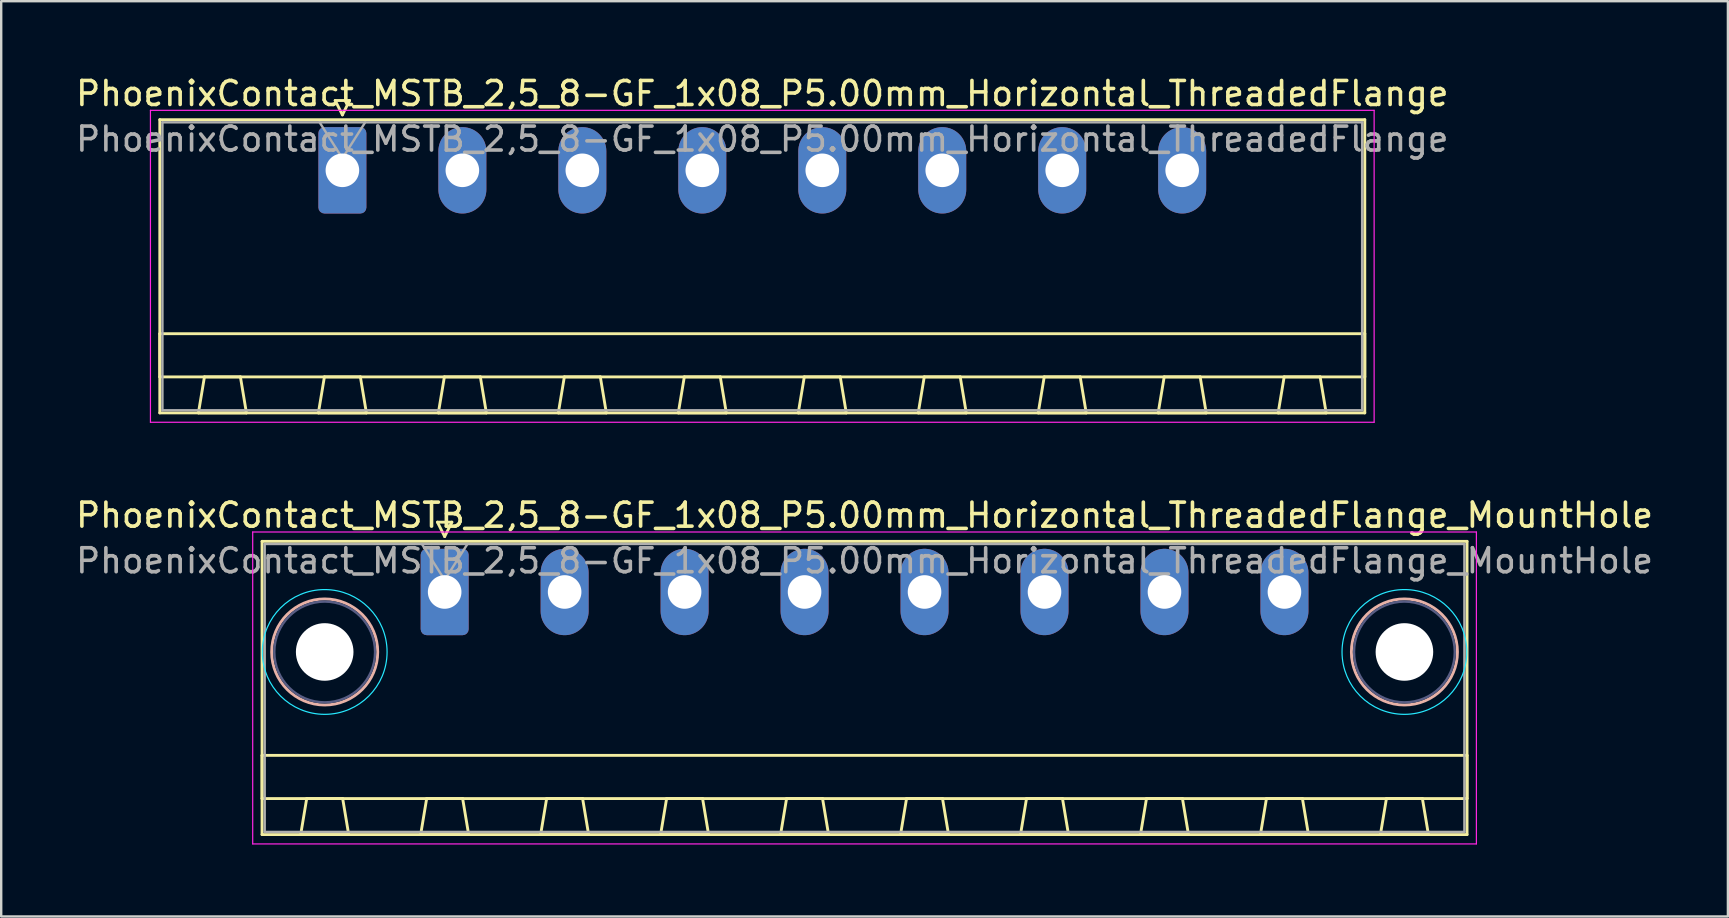
<source format=kicad_pcb>
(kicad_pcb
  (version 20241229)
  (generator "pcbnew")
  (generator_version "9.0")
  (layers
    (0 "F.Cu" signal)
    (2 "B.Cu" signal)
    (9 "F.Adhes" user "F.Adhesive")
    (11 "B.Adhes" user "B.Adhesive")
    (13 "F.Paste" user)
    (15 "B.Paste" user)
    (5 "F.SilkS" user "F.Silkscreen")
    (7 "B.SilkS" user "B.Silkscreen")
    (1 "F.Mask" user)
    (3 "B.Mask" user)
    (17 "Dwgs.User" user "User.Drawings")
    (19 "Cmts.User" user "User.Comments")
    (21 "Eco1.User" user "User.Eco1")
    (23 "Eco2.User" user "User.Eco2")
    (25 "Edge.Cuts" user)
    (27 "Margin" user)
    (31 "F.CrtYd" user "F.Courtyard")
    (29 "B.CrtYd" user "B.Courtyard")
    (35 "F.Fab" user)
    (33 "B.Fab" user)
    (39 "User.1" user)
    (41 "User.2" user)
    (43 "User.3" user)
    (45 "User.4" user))
  (footprint "PhoenixContact_MSTB_2,5_8-GF_1x08_P5.00mm_Horizontal_ThreadedFlange_MountHole"
    (layer "F.Cu")
    (at 15.482 21.622)
    (property "Reference" "PhoenixContact_MSTB_2,5_8-GF_1x08_P5.00mm_Horizontal_ThreadedFlange_MountHole" (at 17.5 -3.2 0) (layer "F.SilkS") (effects (font (size 1 1) (thickness 0.15))))
    (attr through_hole)
    (fp_line (start -7.61 -2.11) (end -7.61 10.11) (stroke (width 0.12) (type solid)) (layer "F.SilkS"))
    (fp_line (start -7.61 6.81) (end 42.61 6.81) (stroke (width 0.12) (type solid)) (layer "F.SilkS"))
    (fp_line (start -7.61 8.61) (end -7.61 6.81) (stroke (width 0.12) (type solid)) (layer "F.SilkS"))
    (fp_line (start -7.61 10.11) (end 42.61 10.11) (stroke (width 0.12) (type solid)) (layer "F.SilkS"))
    (fp_line (start -6 10.11) (end -4 10.11) (stroke (width 0.12) (type solid)) (layer "F.SilkS"))
    (fp_line (start -5.75 8.61) (end -6 10.11) (stroke (width 0.12) (type solid)) (layer "F.SilkS"))
    (fp_line (start -4.25 8.61) (end -5.75 8.61) (stroke (width 0.12) (type solid)) (layer "F.SilkS"))
    (fp_line (start -4 10.11) (end -4.25 8.61) (stroke (width 0.12) (type solid)) (layer "F.SilkS"))
    (fp_line (start -1 10.11) (end 1 10.11) (stroke (width 0.12) (type solid)) (layer "F.SilkS"))
    (fp_line (start -0.75 8.61) (end -1 10.11) (stroke (width 0.12) (type solid)) (layer "F.SilkS"))
    (fp_line (start -0.3 -2.91) (end 0.3 -2.91) (stroke (width 0.12) (type solid)) (layer "F.SilkS"))
    (fp_line (start 0 -2.31) (end -0.3 -2.91) (stroke (width 0.12) (type solid)) (layer "F.SilkS"))
    (fp_line (start 0.3 -2.91) (end 0 -2.31) (stroke (width 0.12) (type solid)) (layer "F.SilkS"))
    (fp_line (start 0.75 8.61) (end -0.75 8.61) (stroke (width 0.12) (type solid)) (layer "F.SilkS"))
    (fp_line (start 1 10.11) (end 0.75 8.61) (stroke (width 0.12) (type solid)) (layer "F.SilkS"))
    (fp_line (start 4 10.11) (end 6 10.11) (stroke (width 0.12) (type solid)) (layer "F.SilkS"))
    (fp_line (start 4.25 8.61) (end 4 10.11) (stroke (width 0.12) (type solid)) (layer "F.SilkS"))
    (fp_line (start 5.75 8.61) (end 4.25 8.61) (stroke (width 0.12) (type solid)) (layer "F.SilkS"))
    (fp_line (start 6 10.11) (end 5.75 8.61) (stroke (width 0.12) (type solid)) (layer "F.SilkS"))
    (fp_line (start 9 10.11) (end 11 10.11) (stroke (width 0.12) (type solid)) (layer "F.SilkS"))
    (fp_line (start 9.25 8.61) (end 9 10.11) (stroke (width 0.12) (type solid)) (layer "F.SilkS"))
    (fp_line (start 10.75 8.61) (end 9.25 8.61) (stroke (width 0.12) (type solid)) (layer "F.SilkS"))
    (fp_line (start 11 10.11) (end 10.75 8.61) (stroke (width 0.12) (type solid)) (layer "F.SilkS"))
    (fp_line (start 14 10.11) (end 16 10.11) (stroke (width 0.12) (type solid)) (layer "F.SilkS"))
    (fp_line (start 14.25 8.61) (end 14 10.11) (stroke (width 0.12) (type solid)) (layer "F.SilkS"))
    (fp_line (start 15.75 8.61) (end 14.25 8.61) (stroke (width 0.12) (type solid)) (layer "F.SilkS"))
    (fp_line (start 16 10.11) (end 15.75 8.61) (stroke (width 0.12) (type solid)) (layer "F.SilkS"))
    (fp_line (start 19 10.11) (end 21 10.11) (stroke (width 0.12) (type solid)) (layer "F.SilkS"))
    (fp_line (start 19.25 8.61) (end 19 10.11) (stroke (width 0.12) (type solid)) (layer "F.SilkS"))
    (fp_line (start 20.75 8.61) (end 19.25 8.61) (stroke (width 0.12) (type solid)) (layer "F.SilkS"))
    (fp_line (start 21 10.11) (end 20.75 8.61) (stroke (width 0.12) (type solid)) (layer "F.SilkS"))
    (fp_line (start 24 10.11) (end 26 10.11) (stroke (width 0.12) (type solid)) (layer "F.SilkS"))
    (fp_line (start 24.25 8.61) (end 24 10.11) (stroke (width 0.12) (type solid)) (layer "F.SilkS"))
    (fp_line (start 25.75 8.61) (end 24.25 8.61) (stroke (width 0.12) (type solid)) (layer "F.SilkS"))
    (fp_line (start 26 10.11) (end 25.75 8.61) (stroke (width 0.12) (type solid)) (layer "F.SilkS"))
    (fp_line (start 29 10.11) (end 31 10.11) (stroke (width 0.12) (type solid)) (layer "F.SilkS"))
    (fp_line (start 29.25 8.61) (end 29 10.11) (stroke (width 0.12) (type solid)) (layer "F.SilkS"))
    (fp_line (start 30.75 8.61) (end 29.25 8.61) (stroke (width 0.12) (type solid)) (layer "F.SilkS"))
    (fp_line (start 31 10.11) (end 30.75 8.61) (stroke (width 0.12) (type solid)) (layer "F.SilkS"))
    (fp_line (start 34 10.11) (end 36 10.11) (stroke (width 0.12) (type solid)) (layer "F.SilkS"))
    (fp_line (start 34.25 8.61) (end 34 10.11) (stroke (width 0.12) (type solid)) (layer "F.SilkS"))
    (fp_line (start 35.75 8.61) (end 34.25 8.61) (stroke (width 0.12) (type solid)) (layer "F.SilkS"))
    (fp_line (start 36 10.11) (end 35.75 8.61) (stroke (width 0.12) (type solid)) (layer "F.SilkS"))
    (fp_line (start 39 10.11) (end 41 10.11) (stroke (width 0.12) (type solid)) (layer "F.SilkS"))
    (fp_line (start 39.25 8.61) (end 39 10.11) (stroke (width 0.12) (type solid)) (layer "F.SilkS"))
    (fp_line (start 40.75 8.61) (end 39.25 8.61) (stroke (width 0.12) (type solid)) (layer "F.SilkS"))
    (fp_line (start 41 10.11) (end 40.75 8.61) (stroke (width 0.12) (type solid)) (layer "F.SilkS"))
    (fp_line (start 42.61 -2.11) (end -7.61 -2.11) (stroke (width 0.12) (type solid)) (layer "F.SilkS"))
    (fp_line (start 42.61 6.81) (end 42.61 8.61) (stroke (width 0.12) (type solid)) (layer "F.SilkS"))
    (fp_line (start 42.61 8.61) (end -7.61 8.61) (stroke (width 0.12) (type solid)) (layer "F.SilkS"))
    (fp_line (start 42.61 10.11) (end 42.61 -2.11) (stroke (width 0.12) (type solid)) (layer "F.SilkS"))
    (fp_circle (center -5 2.5) (end -2.79 2.5) (stroke (width 0.12) (type solid)) (fill no) (layer "B.SilkS"))
    (fp_circle (center 40 2.5) (end 42.21 2.5) (stroke (width 0.12) (type solid)) (fill no) (layer "B.SilkS"))
    (fp_circle (center -5 2.5) (end -2.4 2.5) (stroke (width 0.05) (type solid)) (fill no) (layer "B.CrtYd"))
    (fp_circle (center 40 2.5) (end 42.6 2.5) (stroke (width 0.05) (type solid)) (fill no) (layer "B.CrtYd"))
    (fp_line (start -8 -2.5) (end -8 10.5) (stroke (width 0.05) (type solid)) (layer "F.CrtYd"))
    (fp_line (start -8 10.5) (end 43 10.5) (stroke (width 0.05) (type solid)) (layer "F.CrtYd"))
    (fp_line (start 43 -2.5) (end -8 -2.5) (stroke (width 0.05) (type solid)) (layer "F.CrtYd"))
    (fp_line (start 43 10.5) (end 43 -2.5) (stroke (width 0.05) (type solid)) (layer "F.CrtYd"))
    (fp_circle (center -5 2.5) (end -2.9 2.5) (stroke (width 0.1) (type solid)) (fill no) (layer "B.Fab"))
    (fp_circle (center 40 2.5) (end 42.1 2.5) (stroke (width 0.1) (type solid)) (fill no) (layer "B.Fab"))
    (fp_line (start -7.5 -2) (end -7.5 10) (stroke (width 0.1) (type solid)) (layer "F.Fab"))
    (fp_line (start -7.5 10) (end 42.5 10) (stroke (width 0.1) (type solid)) (layer "F.Fab"))
    (fp_line (start 0 -0.5) (end -0.95 -2) (stroke (width 0.1) (type solid)) (layer "F.Fab"))
    (fp_line (start 0.95 -2) (end 0 -0.5) (stroke (width 0.1) (type solid)) (layer "F.Fab"))
    (fp_line (start 42.5 -2) (end -7.5 -2) (stroke (width 0.1) (type solid)) (layer "F.Fab"))
    (fp_line (start 42.5 10) (end 42.5 -2) (stroke (width 0.1) (type solid)) (layer "F.Fab"))
    (fp_text user "${REFERENCE}" (at 17.5 -1.3 0) (layer "F.Fab") (effects (font (size 1 1) (thickness 0.15))))
    (pad "" np_thru_hole circle (at -5 2.5) (size 2.4 2.4) (drill 2.4) (layers "*.Cu" "*.Mask"))
    (pad "" np_thru_hole circle (at 40 2.5) (size 2.4 2.4) (drill 2.4) (layers "*.Cu" "*.Mask"))
    (pad "1" thru_hole roundrect (at 0 0) (size 2 3.6) (drill 1.4) (layers "*.Cu" "*.Mask") (roundrect_rratio 0.125))
    (pad "2" thru_hole oval (at 5 0) (size 2 3.6) (drill 1.4) (layers "*.Cu" "*.Mask"))
    (pad "3" thru_hole oval (at 10 0) (size 2 3.6) (drill 1.4) (layers "*.Cu" "*.Mask"))
    (pad "4" thru_hole oval (at 15 0) (size 2 3.6) (drill 1.4) (layers "*.Cu" "*.Mask"))
    (pad "5" thru_hole oval (at 20 0) (size 2 3.6) (drill 1.4) (layers "*.Cu" "*.Mask"))
    (pad "6" thru_hole oval (at 25 0) (size 2 3.6) (drill 1.4) (layers "*.Cu" "*.Mask"))
    (pad "7" thru_hole oval (at 30 0) (size 2 3.6) (drill 1.4) (layers "*.Cu" "*.Mask"))
    (pad "8" thru_hole oval (at 35 0) (size 2 3.6) (drill 1.4) (layers "*.Cu" "*.Mask")))
  (footprint "PhoenixContact_MSTB_2,5_8-GF_1x08_P5.00mm_Horizontal_ThreadedFlange"
    (layer "F.Cu")
    (at 11.22 4.048)
    (property "Reference" "PhoenixContact_MSTB_2,5_8-GF_1x08_P5.00mm_Horizontal_ThreadedFlange" (at 17.5 -3.2 0) (layer "F.SilkS") (effects (font (size 1 1) (thickness 0.15))))
    (attr through_hole)
    (fp_line (start -7.61 -2.11) (end -7.61 10.11) (stroke (width 0.12) (type solid)) (layer "F.SilkS"))
    (fp_line (start -7.61 6.81) (end 42.61 6.81) (stroke (width 0.12) (type solid)) (layer "F.SilkS"))
    (fp_line (start -7.61 8.61) (end -7.61 6.81) (stroke (width 0.12) (type solid)) (layer "F.SilkS"))
    (fp_line (start -7.61 10.11) (end 42.61 10.11) (stroke (width 0.12) (type solid)) (layer "F.SilkS"))
    (fp_line (start -6 10.11) (end -4 10.11) (stroke (width 0.12) (type solid)) (layer "F.SilkS"))
    (fp_line (start -5.75 8.61) (end -6 10.11) (stroke (width 0.12) (type solid)) (layer "F.SilkS"))
    (fp_line (start -4.25 8.61) (end -5.75 8.61) (stroke (width 0.12) (type solid)) (layer "F.SilkS"))
    (fp_line (start -4 10.11) (end -4.25 8.61) (stroke (width 0.12) (type solid)) (layer "F.SilkS"))
    (fp_line (start -1 10.11) (end 1 10.11) (stroke (width 0.12) (type solid)) (layer "F.SilkS"))
    (fp_line (start -0.75 8.61) (end -1 10.11) (stroke (width 0.12) (type solid)) (layer "F.SilkS"))
    (fp_line (start -0.3 -2.91) (end 0.3 -2.91) (stroke (width 0.12) (type solid)) (layer "F.SilkS"))
    (fp_line (start 0 -2.31) (end -0.3 -2.91) (stroke (width 0.12) (type solid)) (layer "F.SilkS"))
    (fp_line (start 0.3 -2.91) (end 0 -2.31) (stroke (width 0.12) (type solid)) (layer "F.SilkS"))
    (fp_line (start 0.75 8.61) (end -0.75 8.61) (stroke (width 0.12) (type solid)) (layer "F.SilkS"))
    (fp_line (start 1 10.11) (end 0.75 8.61) (stroke (width 0.12) (type solid)) (layer "F.SilkS"))
    (fp_line (start 4 10.11) (end 6 10.11) (stroke (width 0.12) (type solid)) (layer "F.SilkS"))
    (fp_line (start 4.25 8.61) (end 4 10.11) (stroke (width 0.12) (type solid)) (layer "F.SilkS"))
    (fp_line (start 5.75 8.61) (end 4.25 8.61) (stroke (width 0.12) (type solid)) (layer "F.SilkS"))
    (fp_line (start 6 10.11) (end 5.75 8.61) (stroke (width 0.12) (type solid)) (layer "F.SilkS"))
    (fp_line (start 9 10.11) (end 11 10.11) (stroke (width 0.12) (type solid)) (layer "F.SilkS"))
    (fp_line (start 9.25 8.61) (end 9 10.11) (stroke (width 0.12) (type solid)) (layer "F.SilkS"))
    (fp_line (start 10.75 8.61) (end 9.25 8.61) (stroke (width 0.12) (type solid)) (layer "F.SilkS"))
    (fp_line (start 11 10.11) (end 10.75 8.61) (stroke (width 0.12) (type solid)) (layer "F.SilkS"))
    (fp_line (start 14 10.11) (end 16 10.11) (stroke (width 0.12) (type solid)) (layer "F.SilkS"))
    (fp_line (start 14.25 8.61) (end 14 10.11) (stroke (width 0.12) (type solid)) (layer "F.SilkS"))
    (fp_line (start 15.75 8.61) (end 14.25 8.61) (stroke (width 0.12) (type solid)) (layer "F.SilkS"))
    (fp_line (start 16 10.11) (end 15.75 8.61) (stroke (width 0.12) (type solid)) (layer "F.SilkS"))
    (fp_line (start 19 10.11) (end 21 10.11) (stroke (width 0.12) (type solid)) (layer "F.SilkS"))
    (fp_line (start 19.25 8.61) (end 19 10.11) (stroke (width 0.12) (type solid)) (layer "F.SilkS"))
    (fp_line (start 20.75 8.61) (end 19.25 8.61) (stroke (width 0.12) (type solid)) (layer "F.SilkS"))
    (fp_line (start 21 10.11) (end 20.75 8.61) (stroke (width 0.12) (type solid)) (layer "F.SilkS"))
    (fp_line (start 24 10.11) (end 26 10.11) (stroke (width 0.12) (type solid)) (layer "F.SilkS"))
    (fp_line (start 24.25 8.61) (end 24 10.11) (stroke (width 0.12) (type solid)) (layer "F.SilkS"))
    (fp_line (start 25.75 8.61) (end 24.25 8.61) (stroke (width 0.12) (type solid)) (layer "F.SilkS"))
    (fp_line (start 26 10.11) (end 25.75 8.61) (stroke (width 0.12) (type solid)) (layer "F.SilkS"))
    (fp_line (start 29 10.11) (end 31 10.11) (stroke (width 0.12) (type solid)) (layer "F.SilkS"))
    (fp_line (start 29.25 8.61) (end 29 10.11) (stroke (width 0.12) (type solid)) (layer "F.SilkS"))
    (fp_line (start 30.75 8.61) (end 29.25 8.61) (stroke (width 0.12) (type solid)) (layer "F.SilkS"))
    (fp_line (start 31 10.11) (end 30.75 8.61) (stroke (width 0.12) (type solid)) (layer "F.SilkS"))
    (fp_line (start 34 10.11) (end 36 10.11) (stroke (width 0.12) (type solid)) (layer "F.SilkS"))
    (fp_line (start 34.25 8.61) (end 34 10.11) (stroke (width 0.12) (type solid)) (layer "F.SilkS"))
    (fp_line (start 35.75 8.61) (end 34.25 8.61) (stroke (width 0.12) (type solid)) (layer "F.SilkS"))
    (fp_line (start 36 10.11) (end 35.75 8.61) (stroke (width 0.12) (type solid)) (layer "F.SilkS"))
    (fp_line (start 39 10.11) (end 41 10.11) (stroke (width 0.12) (type solid)) (layer "F.SilkS"))
    (fp_line (start 39.25 8.61) (end 39 10.11) (stroke (width 0.12) (type solid)) (layer "F.SilkS"))
    (fp_line (start 40.75 8.61) (end 39.25 8.61) (stroke (width 0.12) (type solid)) (layer "F.SilkS"))
    (fp_line (start 41 10.11) (end 40.75 8.61) (stroke (width 0.12) (type solid)) (layer "F.SilkS"))
    (fp_line (start 42.61 -2.11) (end -7.61 -2.11) (stroke (width 0.12) (type solid)) (layer "F.SilkS"))
    (fp_line (start 42.61 6.81) (end 42.61 8.61) (stroke (width 0.12) (type solid)) (layer "F.SilkS"))
    (fp_line (start 42.61 8.61) (end -7.61 8.61) (stroke (width 0.12) (type solid)) (layer "F.SilkS"))
    (fp_line (start 42.61 10.11) (end 42.61 -2.11) (stroke (width 0.12) (type solid)) (layer "F.SilkS"))
    (fp_line (start -8 -2.5) (end -8 10.5) (stroke (width 0.05) (type solid)) (layer "F.CrtYd"))
    (fp_line (start -8 10.5) (end 43 10.5) (stroke (width 0.05) (type solid)) (layer "F.CrtYd"))
    (fp_line (start 43 -2.5) (end -8 -2.5) (stroke (width 0.05) (type solid)) (layer "F.CrtYd"))
    (fp_line (start 43 10.5) (end 43 -2.5) (stroke (width 0.05) (type solid)) (layer "F.CrtYd"))
    (fp_line (start -7.5 -2) (end -7.5 10) (stroke (width 0.1) (type solid)) (layer "F.Fab"))
    (fp_line (start -7.5 10) (end 42.5 10) (stroke (width 0.1) (type solid)) (layer "F.Fab"))
    (fp_line (start 0 -0.5) (end -0.95 -2) (stroke (width 0.1) (type solid)) (layer "F.Fab"))
    (fp_line (start 0.95 -2) (end 0 -0.5) (stroke (width 0.1) (type solid)) (layer "F.Fab"))
    (fp_line (start 42.5 -2) (end -7.5 -2) (stroke (width 0.1) (type solid)) (layer "F.Fab"))
    (fp_line (start 42.5 10) (end 42.5 -2) (stroke (width 0.1) (type solid)) (layer "F.Fab"))
    (fp_text user "${REFERENCE}" (at 17.5 -1.3 0) (layer "F.Fab") (effects (font (size 1 1) (thickness 0.15))))
    (pad "1" thru_hole roundrect (at 0 0) (size 2 3.6) (drill 1.4) (layers "*.Cu" "*.Mask") (roundrect_rratio 0.125))
    (pad "2" thru_hole oval (at 5 0) (size 2 3.6) (drill 1.4) (layers "*.Cu" "*.Mask"))
    (pad "3" thru_hole oval (at 10 0) (size 2 3.6) (drill 1.4) (layers "*.Cu" "*.Mask"))
    (pad "4" thru_hole oval (at 15 0) (size 2 3.6) (drill 1.4) (layers "*.Cu" "*.Mask"))
    (pad "5" thru_hole oval (at 20 0) (size 2 3.6) (drill 1.4) (layers "*.Cu" "*.Mask"))
    (pad "6" thru_hole oval (at 25 0) (size 2 3.6) (drill 1.4) (layers "*.Cu" "*.Mask"))
    (pad "7" thru_hole oval (at 30 0) (size 2 3.6) (drill 1.4) (layers "*.Cu" "*.Mask"))
    (pad "8" thru_hole oval (at 35 0) (size 2 3.6) (drill 1.4) (layers "*.Cu" "*.Mask")))
  (gr_rect
    (start -3 -3)
    (end 68.964 35.147)
    (stroke (width 0.1) (type default))
    (fill no)
    (layer "Edge.Cuts")))
</source>
